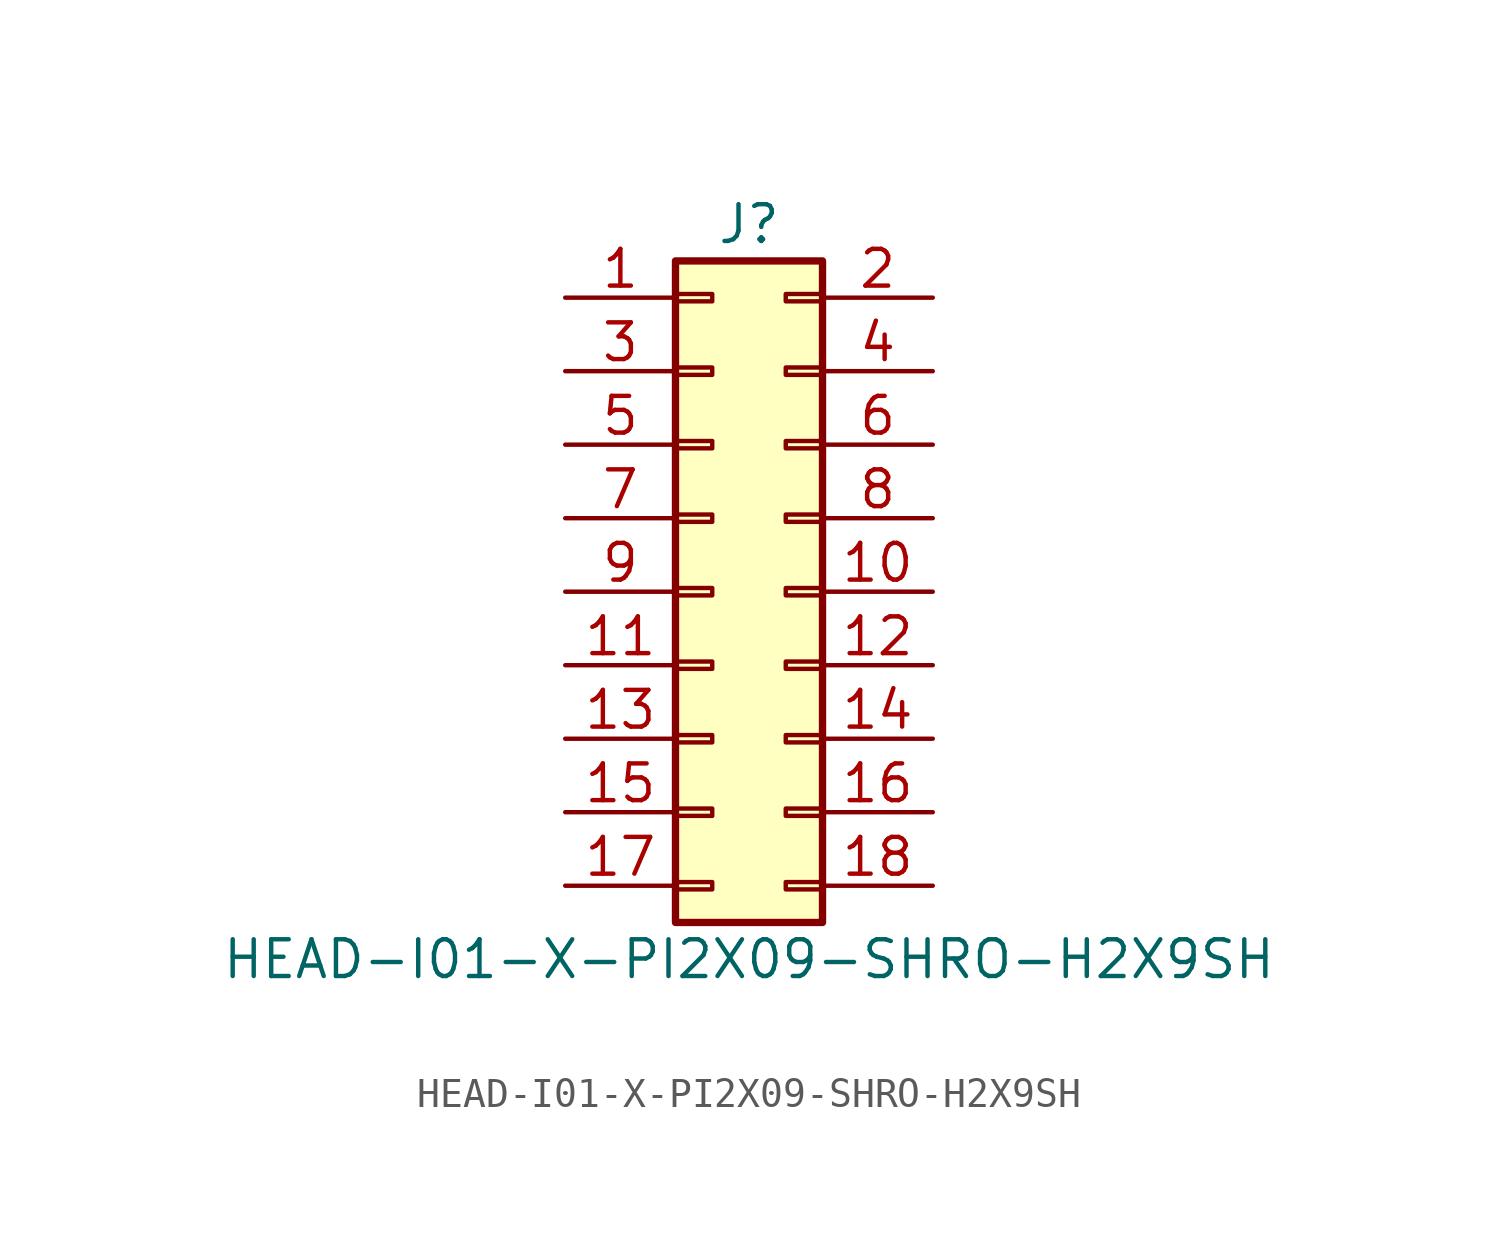
<source format=kicad_sym>
(kicad_symbol_lib
  (version 20211014)
  (generator kicad_symbol_editor)
  (symbol "HEAD-I01-X-PI2X09-SHRO-H2X9SH"
    (pin_names
      (offset 1.016) hide)
    (property "Reference" "J"
      (at 1.27 12.7 0)
      (effects (font (size 1.27 1.27))))
    (property "Value" "HEAD-I01-X-PI2X09-SHRO-H2X9SH"
      (at 1.27 -12.7 0)
      (effects (font (size 1.27 1.27))))
    (symbol "HEAD-I01-X-PI2X09-SHRO-H2X9SH_1_1"
      (rectangle (start -1.27 -10.033) (end 0 -10.287) (stroke (width 0.152) (type default) (color 0 0 0 0)) (fill (type none)))
      (rectangle (start -1.27 -7.493) (end 0 -7.747) (stroke (width 0.152) (type default) (color 0 0 0 0)) (fill (type none)))
      (rectangle (start -1.27 -4.953) (end 0 -5.207) (stroke (width 0.152) (type default) (color 0 0 0 0)) (fill (type none)))
      (rectangle (start -1.27 -2.413) (end 0 -2.667) (stroke (width 0.152) (type default) (color 0 0 0 0)) (fill (type none)))
      (rectangle (start -1.27 0.127) (end 0 -0.127) (stroke (width 0.152) (type default) (color 0 0 0 0)) (fill (type none)))
      (rectangle (start -1.27 2.667) (end 0 2.413) (stroke (width 0.152) (type default) (color 0 0 0 0)) (fill (type none)))
      (rectangle (start -1.27 5.207) (end 0 4.953) (stroke (width 0.152) (type default) (color 0 0 0 0)) (fill (type none)))
      (rectangle (start -1.27 7.747) (end 0 7.493) (stroke (width 0.152) (type default) (color 0 0 0 0)) (fill (type none)))
      (rectangle (start -1.27 10.287) (end 0 10.033) (stroke (width 0.152) (type default) (color 0 0 0 0)) (fill (type none)))
      (rectangle (start -1.27 11.43) (end 3.81 -11.43) (stroke (width 0.254) (type default) (color 0 0 0 0)) (fill (type background)))
      (rectangle (start 3.81 -10.033) (end 2.54 -10.287) (stroke (width 0.152) (type default) (color 0 0 0 0)) (fill (type none)))
      (rectangle (start 3.81 -7.493) (end 2.54 -7.747) (stroke (width 0.152) (type default) (color 0 0 0 0)) (fill (type none)))
      (rectangle (start 3.81 -4.953) (end 2.54 -5.207) (stroke (width 0.152) (type default) (color 0 0 0 0)) (fill (type none)))
      (rectangle (start 3.81 -2.413) (end 2.54 -2.667) (stroke (width 0.152) (type default) (color 0 0 0 0)) (fill (type none)))
      (rectangle (start 3.81 0.127) (end 2.54 -0.127) (stroke (width 0.152) (type default) (color 0 0 0 0)) (fill (type none)))
      (rectangle (start 3.81 2.667) (end 2.54 2.413) (stroke (width 0.152) (type default) (color 0 0 0 0)) (fill (type none)))
      (rectangle (start 3.81 5.207) (end 2.54 4.953) (stroke (width 0.152) (type default) (color 0 0 0 0)) (fill (type none)))
      (rectangle (start 3.81 7.747) (end 2.54 7.493) (stroke (width 0.152) (type default) (color 0 0 0 0)) (fill (type none)))
      (rectangle (start 3.81 10.287) (end 2.54 10.033) (stroke (width 0.152) (type default) (color 0 0 0 0)) (fill (type none)))
      (pin passive line (at -5.08 10.16 0) (length 3.81) (name "Pin_1" (effects (font (size 1.27 1.27)))) (number "1" (effects (font (size 1.27 1.27)))))
      (pin passive line (at 7.62 0 180) (length 3.81) (name "Pin_10" (effects (font (size 1.27 1.27)))) (number "10" (effects (font (size 1.27 1.27)))))
      (pin passive line (at -5.08 -2.54 0) (length 3.81) (name "Pin_11" (effects (font (size 1.27 1.27)))) (number "11" (effects (font (size 1.27 1.27)))))
      (pin passive line (at 7.62 -2.54 180) (length 3.81) (name "Pin_12" (effects (font (size 1.27 1.27)))) (number "12" (effects (font (size 1.27 1.27)))))
      (pin passive line (at -5.08 -5.08 0) (length 3.81) (name "Pin_13" (effects (font (size 1.27 1.27)))) (number "13" (effects (font (size 1.27 1.27)))))
      (pin passive line (at 7.62 -5.08 180) (length 3.81) (name "Pin_14" (effects (font (size 1.27 1.27)))) (number "14" (effects (font (size 1.27 1.27)))))
      (pin passive line (at -5.08 -7.62 0) (length 3.81) (name "Pin_15" (effects (font (size 1.27 1.27)))) (number "15" (effects (font (size 1.27 1.27)))))
      (pin passive line (at 7.62 -7.62 180) (length 3.81) (name "Pin_16" (effects (font (size 1.27 1.27)))) (number "16" (effects (font (size 1.27 1.27)))))
      (pin passive line (at -5.08 -10.16 0) (length 3.81) (name "Pin_17" (effects (font (size 1.27 1.27)))) (number "17" (effects (font (size 1.27 1.27)))))
      (pin passive line (at 7.62 -10.16 180) (length 3.81) (name "Pin_18" (effects (font (size 1.27 1.27)))) (number "18" (effects (font (size 1.27 1.27)))))
      (pin passive line (at 7.62 10.16 180) (length 3.81) (name "Pin_2" (effects (font (size 1.27 1.27)))) (number "2" (effects (font (size 1.27 1.27)))))
      (pin passive line (at -5.08 7.62 0) (length 3.81) (name "Pin_3" (effects (font (size 1.27 1.27)))) (number "3" (effects (font (size 1.27 1.27)))))
      (pin passive line (at 7.62 7.62 180) (length 3.81) (name "Pin_4" (effects (font (size 1.27 1.27)))) (number "4" (effects (font (size 1.27 1.27)))))
      (pin passive line (at -5.08 5.08 0) (length 3.81) (name "Pin_5" (effects (font (size 1.27 1.27)))) (number "5" (effects (font (size 1.27 1.27)))))
      (pin passive line (at 7.62 5.08 180) (length 3.81) (name "Pin_6" (effects (font (size 1.27 1.27)))) (number "6" (effects (font (size 1.27 1.27)))))
      (pin passive line (at -5.08 2.54 0) (length 3.81) (name "Pin_7" (effects (font (size 1.27 1.27)))) (number "7" (effects (font (size 1.27 1.27)))))
      (pin passive line (at 7.62 2.54 180) (length 3.81) (name "Pin_8" (effects (font (size 1.27 1.27)))) (number "8" (effects (font (size 1.27 1.27)))))
      (pin passive line (at -5.08 0 0) (length 3.81) (name "Pin_9" (effects (font (size 1.27 1.27)))) (number "9" (effects (font (size 1.27 1.27))))))))
</source>
